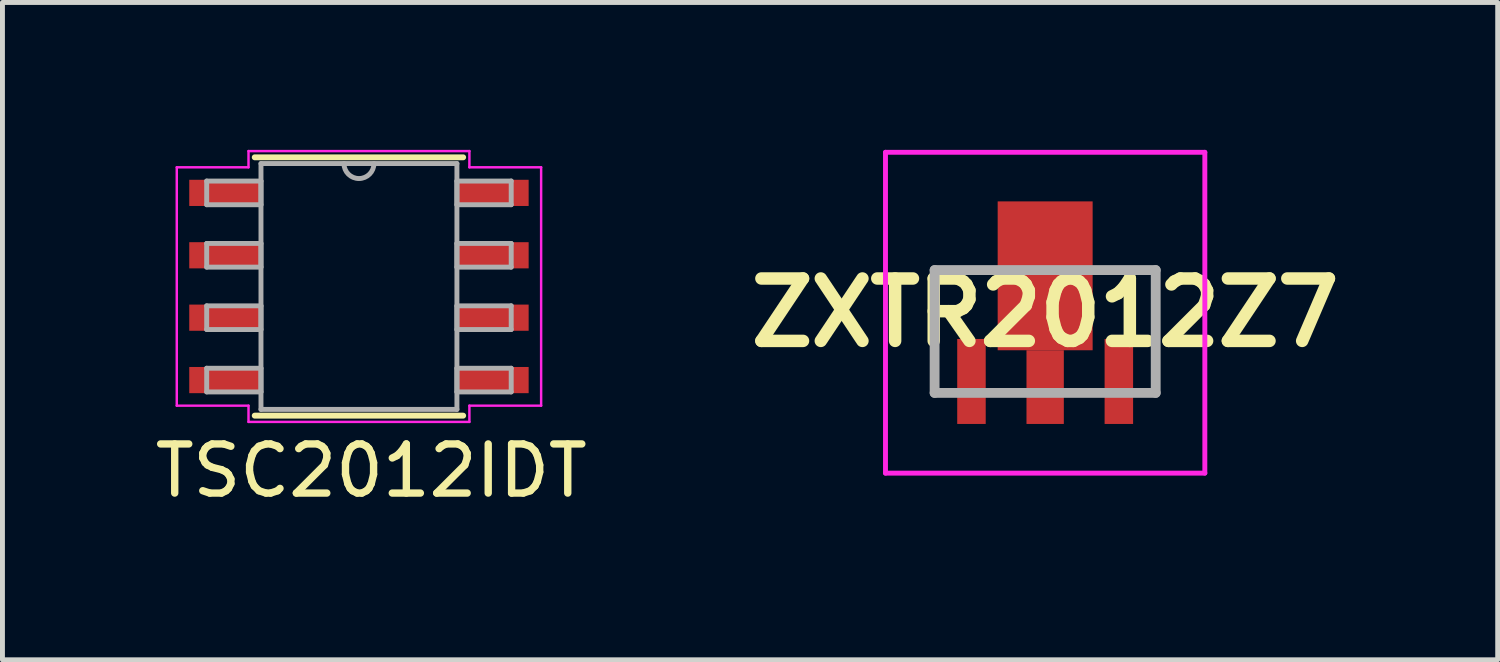
<source format=kicad_pcb>
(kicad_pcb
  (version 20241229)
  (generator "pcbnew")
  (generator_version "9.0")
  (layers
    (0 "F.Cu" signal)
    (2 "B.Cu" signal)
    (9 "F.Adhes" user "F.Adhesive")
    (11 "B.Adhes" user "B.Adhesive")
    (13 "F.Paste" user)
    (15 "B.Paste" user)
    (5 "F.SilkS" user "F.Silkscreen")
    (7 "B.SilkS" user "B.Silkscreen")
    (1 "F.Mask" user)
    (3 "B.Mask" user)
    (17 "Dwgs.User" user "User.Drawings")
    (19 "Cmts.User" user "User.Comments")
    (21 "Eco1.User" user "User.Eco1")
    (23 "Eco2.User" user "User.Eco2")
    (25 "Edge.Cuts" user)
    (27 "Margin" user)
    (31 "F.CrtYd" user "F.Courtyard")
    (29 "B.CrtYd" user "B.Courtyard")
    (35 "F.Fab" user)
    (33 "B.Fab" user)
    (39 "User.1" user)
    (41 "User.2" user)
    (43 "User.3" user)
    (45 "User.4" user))
  (footprint "TSC2012IDT"
    (layer "F.Cu")
    (at 4.256 2.781)
    (property "Reference" "TSC2012IDT" (at 0.25 3.75 0) (layer "F.SilkS") (effects (font (size 1 1) (thickness 0.15))))
    (attr through_hole)
    (fp_line (start -2.121 2.629) (end 2.121 2.629) (stroke (width 0.12) (type solid)) (layer "F.SilkS"))
    (fp_line (start 2.121 -2.629) (end -2.121 -2.629) (stroke (width 0.12) (type solid)) (layer "F.SilkS"))
    (fp_line (start -3.708 -2.426) (end -2.248 -2.426) (stroke (width 0.05) (type solid)) (layer "F.CrtYd"))
    (fp_line (start -3.708 2.426) (end -3.708 -2.426) (stroke (width 0.05) (type solid)) (layer "F.CrtYd"))
    (fp_line (start -3.708 2.426) (end -2.248 2.426) (stroke (width 0.05) (type solid)) (layer "F.CrtYd"))
    (fp_line (start -2.248 -2.756) (end 2.248 -2.756) (stroke (width 0.05) (type solid)) (layer "F.CrtYd"))
    (fp_line (start -2.248 -2.426) (end -2.248 -2.756) (stroke (width 0.05) (type solid)) (layer "F.CrtYd"))
    (fp_line (start -2.248 2.756) (end -2.248 2.426) (stroke (width 0.05) (type solid)) (layer "F.CrtYd"))
    (fp_line (start 2.248 -2.756) (end 2.248 -2.426) (stroke (width 0.05) (type solid)) (layer "F.CrtYd"))
    (fp_line (start 2.248 2.426) (end 2.248 2.756) (stroke (width 0.05) (type solid)) (layer "F.CrtYd"))
    (fp_line (start 2.248 2.756) (end -2.248 2.756) (stroke (width 0.05) (type solid)) (layer "F.CrtYd"))
    (fp_line (start 3.708 -2.426) (end 2.248 -2.426) (stroke (width 0.05) (type solid)) (layer "F.CrtYd"))
    (fp_line (start 3.708 -2.426) (end 3.708 2.426) (stroke (width 0.05) (type solid)) (layer "F.CrtYd"))
    (fp_line (start 3.708 2.426) (end 2.248 2.426) (stroke (width 0.05) (type solid)) (layer "F.CrtYd"))
    (fp_line (start -3.099 -2.146) (end -3.099 -1.664) (stroke (width 0.1) (type solid)) (layer "F.Fab"))
    (fp_line (start -3.099 -1.664) (end -1.994 -1.664) (stroke (width 0.1) (type solid)) (layer "F.Fab"))
    (fp_line (start -3.099 -0.876) (end -3.099 -0.394) (stroke (width 0.1) (type solid)) (layer "F.Fab"))
    (fp_line (start -3.099 -0.394) (end -1.994 -0.394) (stroke (width 0.1) (type solid)) (layer "F.Fab"))
    (fp_line (start -3.099 0.394) (end -3.099 0.876) (stroke (width 0.1) (type solid)) (layer "F.Fab"))
    (fp_line (start -3.099 0.876) (end -1.994 0.876) (stroke (width 0.1) (type solid)) (layer "F.Fab"))
    (fp_line (start -3.099 1.664) (end -3.099 2.146) (stroke (width 0.1) (type solid)) (layer "F.Fab"))
    (fp_line (start -3.099 2.146) (end -1.994 2.146) (stroke (width 0.1) (type solid)) (layer "F.Fab"))
    (fp_line (start -1.994 -2.502) (end -1.994 2.502) (stroke (width 0.1) (type solid)) (layer "F.Fab"))
    (fp_line (start -1.994 -2.146) (end -3.099 -2.146) (stroke (width 0.1) (type solid)) (layer "F.Fab"))
    (fp_line (start -1.994 -1.664) (end -1.994 -2.146) (stroke (width 0.1) (type solid)) (layer "F.Fab"))
    (fp_line (start -1.994 -0.876) (end -3.099 -0.876) (stroke (width 0.1) (type solid)) (layer "F.Fab"))
    (fp_line (start -1.994 -0.394) (end -1.994 -0.876) (stroke (width 0.1) (type solid)) (layer "F.Fab"))
    (fp_line (start -1.994 0.394) (end -3.099 0.394) (stroke (width 0.1) (type solid)) (layer "F.Fab"))
    (fp_line (start -1.994 0.876) (end -1.994 0.394) (stroke (width 0.1) (type solid)) (layer "F.Fab"))
    (fp_line (start -1.994 1.664) (end -3.099 1.664) (stroke (width 0.1) (type solid)) (layer "F.Fab"))
    (fp_line (start -1.994 2.146) (end -1.994 1.664) (stroke (width 0.1) (type solid)) (layer "F.Fab"))
    (fp_line (start -1.994 2.502) (end 1.994 2.502) (stroke (width 0.1) (type solid)) (layer "F.Fab"))
    (fp_line (start 1.994 -2.502) (end -1.994 -2.502) (stroke (width 0.1) (type solid)) (layer "F.Fab"))
    (fp_line (start 1.994 -2.146) (end 1.994 -1.664) (stroke (width 0.1) (type solid)) (layer "F.Fab"))
    (fp_line (start 1.994 -1.664) (end 3.099 -1.664) (stroke (width 0.1) (type solid)) (layer "F.Fab"))
    (fp_line (start 1.994 -0.876) (end 1.994 -0.394) (stroke (width 0.1) (type solid)) (layer "F.Fab"))
    (fp_line (start 1.994 -0.394) (end 3.099 -0.394) (stroke (width 0.1) (type solid)) (layer "F.Fab"))
    (fp_line (start 1.994 0.394) (end 1.994 0.876) (stroke (width 0.1) (type solid)) (layer "F.Fab"))
    (fp_line (start 1.994 0.876) (end 3.099 0.876) (stroke (width 0.1) (type solid)) (layer "F.Fab"))
    (fp_line (start 1.994 1.664) (end 1.994 2.146) (stroke (width 0.1) (type solid)) (layer "F.Fab"))
    (fp_line (start 1.994 2.146) (end 3.099 2.146) (stroke (width 0.1) (type solid)) (layer "F.Fab"))
    (fp_line (start 1.994 2.502) (end 1.994 -2.502) (stroke (width 0.1) (type solid)) (layer "F.Fab"))
    (fp_line (start 3.099 -2.146) (end 1.994 -2.146) (stroke (width 0.1) (type solid)) (layer "F.Fab"))
    (fp_line (start 3.099 -1.664) (end 3.099 -2.146) (stroke (width 0.1) (type solid)) (layer "F.Fab"))
    (fp_line (start 3.099 -0.876) (end 1.994 -0.876) (stroke (width 0.1) (type solid)) (layer "F.Fab"))
    (fp_line (start 3.099 -0.394) (end 3.099 -0.876) (stroke (width 0.1) (type solid)) (layer "F.Fab"))
    (fp_line (start 3.099 0.394) (end 1.994 0.394) (stroke (width 0.1) (type solid)) (layer "F.Fab"))
    (fp_line (start 3.099 0.876) (end 3.099 0.394) (stroke (width 0.1) (type solid)) (layer "F.Fab"))
    (fp_line (start 3.099 1.664) (end 1.994 1.664) (stroke (width 0.1) (type solid)) (layer "F.Fab"))
    (fp_line (start 3.099 2.146) (end 3.099 1.664) (stroke (width 0.1) (type solid)) (layer "F.Fab"))
    (fp_arc (start 0.3048 -2.5019) (mid 0 -2.1971) (end -0.3048 -2.5019) (stroke (width 0.1) (type solid)) (layer "F.Fab"))
    (pad "1" smd rect (at -2.724 -1.905) (size 1.46 0.533) (layers "F.Cu" "F.Mask" "F.Paste"))
    (pad "2" smd rect (at -2.724 -0.635) (size 1.46 0.533) (layers "F.Cu" "F.Mask" "F.Paste"))
    (pad "3" smd rect (at -2.724 0.635) (size 1.46 0.533) (layers "F.Cu" "F.Mask" "F.Paste"))
    (pad "4" smd rect (at -2.724 1.905) (size 1.46 0.533) (layers "F.Cu" "F.Mask" "F.Paste"))
    (pad "5" smd rect (at 2.724 1.905) (size 1.46 0.533) (layers "F.Cu" "F.Mask" "F.Paste"))
    (pad "6" smd rect (at 2.724 0.635) (size 1.46 0.533) (layers "F.Cu" "F.Mask" "F.Paste"))
    (pad "7" smd rect (at 2.724 -0.635) (size 1.46 0.533) (layers "F.Cu" "F.Mask" "F.Paste"))
    (pad "8" smd rect (at 2.724 -1.905) (size 1.46 0.533) (layers "F.Cu" "F.Mask" "F.Paste")))
  (footprint "ZXTR2012Z7"
    (layer "F.Cu")
    (at 18.223 3.697)
    (property "Reference" "ZXTR2012Z7" (at 0 -0.383 0) (layer "F.SilkS") (effects (font (size 1.27 1.27) (thickness 0.254))))
    (attr smd)
    (fp_line (start -2.25 -1.25) (end -2.25 1.2) (stroke (width 0.1) (type solid)) (layer "F.SilkS"))
    (fp_line (start -1.2 -1.25) (end -2.25 -1.25) (stroke (width 0.1) (type solid)) (layer "F.SilkS"))
    (fp_line (start 1.2 -1.25) (end 2.25 -1.25) (stroke (width 0.1) (type solid)) (layer "F.SilkS"))
    (fp_line (start 2.25 -1.25) (end 2.25 1.2) (stroke (width 0.1) (type solid)) (layer "F.SilkS"))
    (fp_line (start -3.25 -3.647) (end 3.25 -3.647) (stroke (width 0.1) (type solid)) (layer "F.CrtYd"))
    (fp_line (start -3.25 2.883) (end -3.25 -3.647) (stroke (width 0.1) (type solid)) (layer "F.CrtYd"))
    (fp_line (start 3.25 -3.647) (end 3.25 2.883) (stroke (width 0.1) (type solid)) (layer "F.CrtYd"))
    (fp_line (start 3.25 2.883) (end -3.25 2.883) (stroke (width 0.1) (type solid)) (layer "F.CrtYd"))
    (fp_line (start -2.25 -1.25) (end 2.25 -1.25) (stroke (width 0.2) (type solid)) (layer "F.Fab"))
    (fp_line (start -2.25 1.25) (end -2.25 -1.25) (stroke (width 0.2) (type solid)) (layer "F.Fab"))
    (fp_line (start 2.25 -1.25) (end 2.25 1.25) (stroke (width 0.2) (type solid)) (layer "F.Fab"))
    (fp_line (start 2.25 1.25) (end -2.25 1.25) (stroke (width 0.2) (type solid)) (layer "F.Fab"))
    (pad "1" smd rect (at -1.5 1.017) (size 0.58 1.73) (layers "F.Cu" "F.Mask" "F.Paste"))
    (pad "2" smd rect (at 0 1.132) (size 0.76 1.5) (layers "F.Cu" "F.Mask" "F.Paste"))
    (pad "3" smd rect (at 1.5 1.017) (size 0.58 1.73) (layers "F.Cu" "F.Mask" "F.Paste"))
    (pad "4" smd rect (at 0 -1.133) (size 1.933 3.03) (layers "F.Cu" "F.Mask" "F.Paste")))
  (gr_rect
    (start -3 -3)
    (end 27.434 10.379)
    (stroke (width 0.1) (type default))
    (fill no)
    (layer "Edge.Cuts")))
</source>
